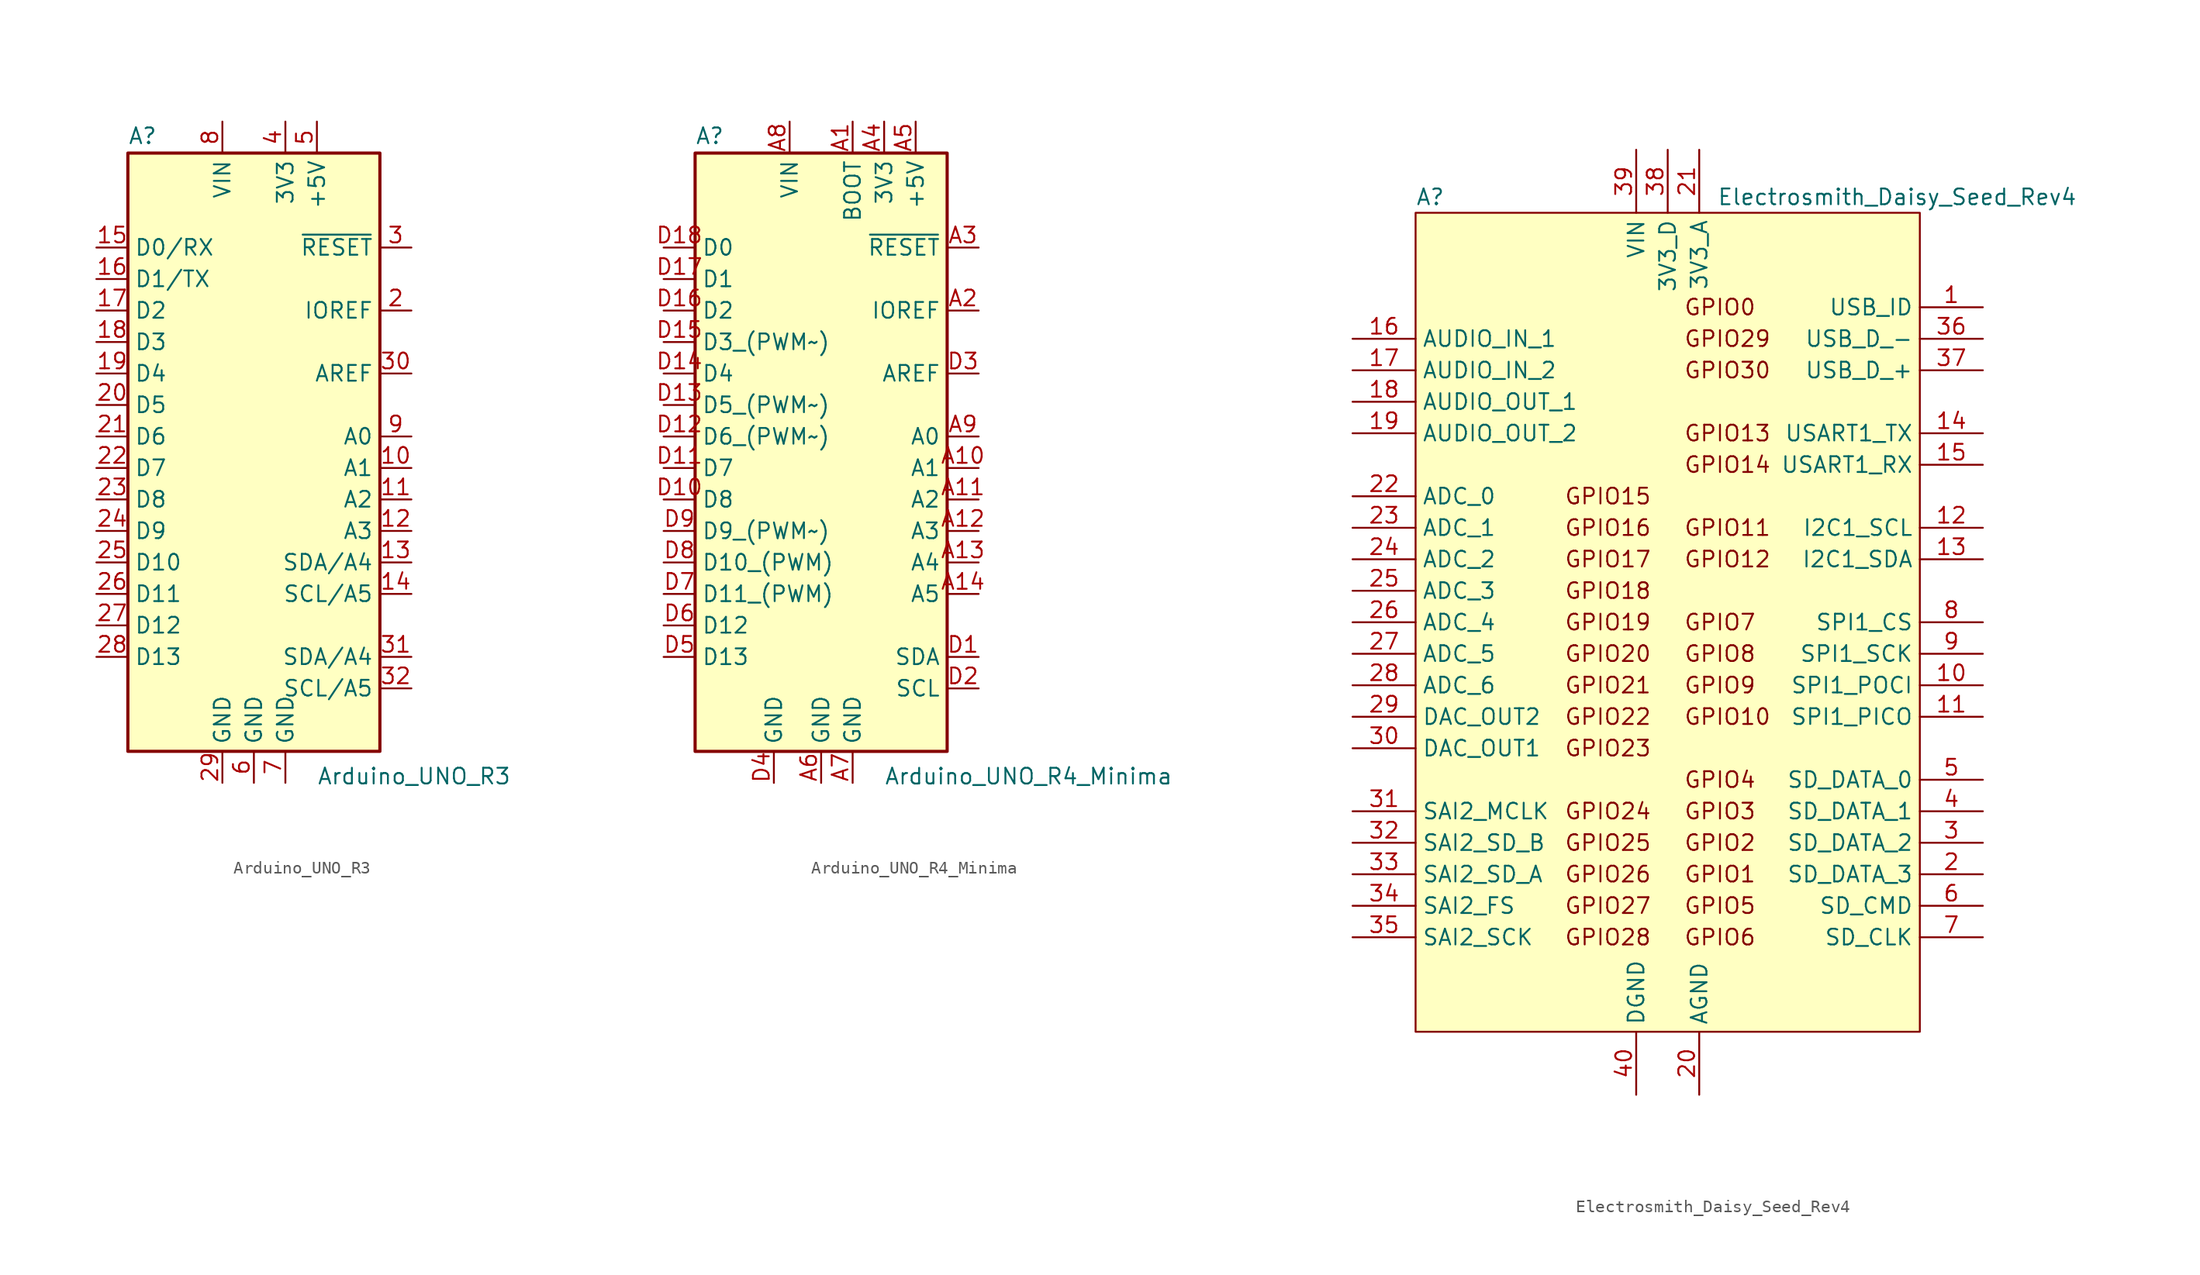
<source format=kicad_sym>
(kicad_symbol_lib
  (version 20231120)
  (generator "kicad_symbol_editor")
  (generator_version "8.0")
  (symbol "Arduino_UNO_R3"
    (property "Reference" "A"
      (at -10.16 23.495 0)
      (effects (font (size 1.27 1.27)) (justify left bottom)))
    (property "Value" "Arduino_UNO_R3"
      (at 5.08 -26.67 0)
      (effects (font (size 1.27 1.27)) (justify left top)))
    (symbol "Arduino_UNO_R3_0_1"
      (rectangle (start -10.16 22.86) (end 10.16 -25.4) (stroke (width 0.254) (type default)) (fill (type background))))
    (symbol "Arduino_UNO_R3_1_1"
      (pin no_connect line (at -10.16 -20.32 0) (length 2.54) hide (name "NC" (effects (font (size 1.27 1.27)))) (number "1" (effects (font (size 1.27 1.27)))))
      (pin bidirectional line (at 12.7 -2.54 180) (length 2.54) (name "A1" (effects (font (size 1.27 1.27)))) (number "10" (effects (font (size 1.27 1.27)))))
      (pin bidirectional line (at 12.7 -5.08 180) (length 2.54) (name "A2" (effects (font (size 1.27 1.27)))) (number "11" (effects (font (size 1.27 1.27)))))
      (pin bidirectional line (at 12.7 -7.62 180) (length 2.54) (name "A3" (effects (font (size 1.27 1.27)))) (number "12" (effects (font (size 1.27 1.27)))))
      (pin bidirectional line (at 12.7 -10.16 180) (length 2.54) (name "SDA/A4" (effects (font (size 1.27 1.27)))) (number "13" (effects (font (size 1.27 1.27)))))
      (pin bidirectional line (at 12.7 -12.7 180) (length 2.54) (name "SCL/A5" (effects (font (size 1.27 1.27)))) (number "14" (effects (font (size 1.27 1.27)))))
      (pin bidirectional line (at -12.7 15.24 0) (length 2.54) (name "D0/RX" (effects (font (size 1.27 1.27)))) (number "15" (effects (font (size 1.27 1.27)))))
      (pin bidirectional line (at -12.7 12.7 0) (length 2.54) (name "D1/TX" (effects (font (size 1.27 1.27)))) (number "16" (effects (font (size 1.27 1.27)))))
      (pin bidirectional line (at -12.7 10.16 0) (length 2.54) (name "D2" (effects (font (size 1.27 1.27)))) (number "17" (effects (font (size 1.27 1.27)))))
      (pin bidirectional line (at -12.7 7.62 0) (length 2.54) (name "D3" (effects (font (size 1.27 1.27)))) (number "18" (effects (font (size 1.27 1.27)))))
      (pin bidirectional line (at -12.7 5.08 0) (length 2.54) (name "D4" (effects (font (size 1.27 1.27)))) (number "19" (effects (font (size 1.27 1.27)))))
      (pin output line (at 12.7 10.16 180) (length 2.54) (name "IOREF" (effects (font (size 1.27 1.27)))) (number "2" (effects (font (size 1.27 1.27)))))
      (pin bidirectional line (at -12.7 2.54 0) (length 2.54) (name "D5" (effects (font (size 1.27 1.27)))) (number "20" (effects (font (size 1.27 1.27)))))
      (pin bidirectional line (at -12.7 0 0) (length 2.54) (name "D6" (effects (font (size 1.27 1.27)))) (number "21" (effects (font (size 1.27 1.27)))))
      (pin bidirectional line (at -12.7 -2.54 0) (length 2.54) (name "D7" (effects (font (size 1.27 1.27)))) (number "22" (effects (font (size 1.27 1.27)))))
      (pin bidirectional line (at -12.7 -5.08 0) (length 2.54) (name "D8" (effects (font (size 1.27 1.27)))) (number "23" (effects (font (size 1.27 1.27)))))
      (pin bidirectional line (at -12.7 -7.62 0) (length 2.54) (name "D9" (effects (font (size 1.27 1.27)))) (number "24" (effects (font (size 1.27 1.27)))))
      (pin bidirectional line (at -12.7 -10.16 0) (length 2.54) (name "D10" (effects (font (size 1.27 1.27)))) (number "25" (effects (font (size 1.27 1.27)))))
      (pin bidirectional line (at -12.7 -12.7 0) (length 2.54) (name "D11" (effects (font (size 1.27 1.27)))) (number "26" (effects (font (size 1.27 1.27)))))
      (pin bidirectional line (at -12.7 -15.24 0) (length 2.54) (name "D12" (effects (font (size 1.27 1.27)))) (number "27" (effects (font (size 1.27 1.27)))))
      (pin bidirectional line (at -12.7 -17.78 0) (length 2.54) (name "D13" (effects (font (size 1.27 1.27)))) (number "28" (effects (font (size 1.27 1.27)))))
      (pin power_in line (at -2.54 -27.94 90) (length 2.54) (name "GND" (effects (font (size 1.27 1.27)))) (number "29" (effects (font (size 1.27 1.27)))))
      (pin input line (at 12.7 15.24 180) (length 2.54) (name "~{RESET}" (effects (font (size 1.27 1.27)))) (number "3" (effects (font (size 1.27 1.27)))))
      (pin input line (at 12.7 5.08 180) (length 2.54) (name "AREF" (effects (font (size 1.27 1.27)))) (number "30" (effects (font (size 1.27 1.27)))))
      (pin bidirectional line (at 12.7 -17.78 180) (length 2.54) (name "SDA/A4" (effects (font (size 1.27 1.27)))) (number "31" (effects (font (size 1.27 1.27)))))
      (pin bidirectional line (at 12.7 -20.32 180) (length 2.54) (name "SCL/A5" (effects (font (size 1.27 1.27)))) (number "32" (effects (font (size 1.27 1.27)))))
      (pin power_out line (at 2.54 25.4 270) (length 2.54) (name "3V3" (effects (font (size 1.27 1.27)))) (number "4" (effects (font (size 1.27 1.27)))))
      (pin power_out line (at 5.08 25.4 270) (length 2.54) (name "+5V" (effects (font (size 1.27 1.27)))) (number "5" (effects (font (size 1.27 1.27)))))
      (pin power_in line (at 0 -27.94 90) (length 2.54) (name "GND" (effects (font (size 1.27 1.27)))) (number "6" (effects (font (size 1.27 1.27)))))
      (pin power_in line (at 2.54 -27.94 90) (length 2.54) (name "GND" (effects (font (size 1.27 1.27)))) (number "7" (effects (font (size 1.27 1.27)))))
      (pin power_in line (at -2.54 25.4 270) (length 2.54) (name "VIN" (effects (font (size 1.27 1.27)))) (number "8" (effects (font (size 1.27 1.27)))))
      (pin bidirectional line (at 12.7 0 180) (length 2.54) (name "A0" (effects (font (size 1.27 1.27)))) (number "9" (effects (font (size 1.27 1.27)))))))
  (symbol "Arduino_UNO_R4_Minima"
    (property "Reference" "A"
      (at -10.16 23.495 0)
      (effects (font (size 1.27 1.27)) (justify left bottom)))
    (property "Value" "Arduino_UNO_R4_Minima"
      (at 5.08 -26.67 0)
      (effects (font (size 1.27 1.27)) (justify left top)))
    (symbol "Arduino_UNO_R4_Minima_0_1"
      (rectangle (start -10.16 22.86) (end 10.16 -25.4) (stroke (width 0.254) (type default)) (fill (type background))))
    (symbol "Arduino_UNO_R4_Minima_1_1"
      (pin no_connect line (at -10.16 -20.32 0) (length 2.54) hide (name "NC" (effects (font (size 1.27 1.27)))) (number "1" (effects (font (size 1.27 1.27)))))
      (pin input line (at 2.54 25.4 270) (length 2.54) (name "BOOT" (effects (font (size 1.27 1.27)))) (number "A1" (effects (font (size 1.27 1.27)))))
      (pin input line (at 12.7 -2.54 180) (length 2.54) (name "A1" (effects (font (size 1.27 1.27)))) (number "A10" (effects (font (size 1.27 1.27)))) (alternate "OPAMP+" bidirectional line))
      (pin input line (at 12.7 -5.08 180) (length 2.54) (name "A2" (effects (font (size 1.27 1.27)))) (number "A11" (effects (font (size 1.27 1.27)))) (alternate "OPAMP-" bidirectional line))
      (pin input line (at 12.7 -7.62 180) (length 2.54) (name "A3" (effects (font (size 1.27 1.27)))) (number "A12" (effects (font (size 1.27 1.27)))) (alternate "OPAMPOut" bidirectional line))
      (pin input line (at 12.7 -10.16 180) (length 2.54) (name "A4" (effects (font (size 1.27 1.27)))) (number "A13" (effects (font (size 1.27 1.27)))) (alternate "I²C SDA" bidirectional line))
      (pin input line (at 12.7 -12.7 180) (length 2.54) (name "A5" (effects (font (size 1.27 1.27)))) (number "A14" (effects (font (size 1.27 1.27)))) (alternate "I²C SCL" bidirectional line))
      (pin output line (at 12.7 10.16 180) (length 2.54) (name "IOREF" (effects (font (size 1.27 1.27)))) (number "A2" (effects (font (size 1.27 1.27)))))
      (pin input line (at 12.7 15.24 180) (length 2.54) (name "~{RESET}" (effects (font (size 1.27 1.27)))) (number "A3" (effects (font (size 1.27 1.27)))))
      (pin power_out line (at 5.08 25.4 270) (length 2.54) (name "3V3" (effects (font (size 1.27 1.27)))) (number "A4" (effects (font (size 1.27 1.27)))))
      (pin power_out line (at 7.62 25.4 270) (length 2.54) (name "+5V" (effects (font (size 1.27 1.27)))) (number "A5" (effects (font (size 1.27 1.27)))))
      (pin bidirectional line (at 0 -27.94 90) (length 2.54) (name "GND" (effects (font (size 1.27 1.27)))) (number "A6" (effects (font (size 1.27 1.27)))))
      (pin bidirectional line (at 2.54 -27.94 90) (length 2.54) (name "GND" (effects (font (size 1.27 1.27)))) (number "A7" (effects (font (size 1.27 1.27)))))
      (pin power_in line (at -2.54 25.4 270) (length 2.54) (name "VIN" (effects (font (size 1.27 1.27)))) (number "A8" (effects (font (size 1.27 1.27)))))
      (pin input line (at 12.7 0 180) (length 2.54) (name "A0" (effects (font (size 1.27 1.27)))) (number "A9" (effects (font (size 1.27 1.27)))) (alternate "DAC" input line))
      (pin bidirectional line (at 12.7 -17.78 180) (length 2.54) (name "SDA" (effects (font (size 1.27 1.27)))) (number "D1" (effects (font (size 1.27 1.27)))))
      (pin bidirectional line (at -12.7 -5.08 0) (length 2.54) (name "D8" (effects (font (size 1.27 1.27)))) (number "D10" (effects (font (size 1.27 1.27)))))
      (pin bidirectional line (at -12.7 -2.54 0) (length 2.54) (name "D7" (effects (font (size 1.27 1.27)))) (number "D11" (effects (font (size 1.27 1.27)))))
      (pin bidirectional line (at -12.7 0 0) (length 2.54) (name "D6_(PWM~)" (effects (font (size 1.27 1.27)))) (number "D12" (effects (font (size 1.27 1.27)))))
      (pin bidirectional line (at -12.7 2.54 0) (length 2.54) (name "D5_(PWM~)" (effects (font (size 1.27 1.27)))) (number "D13" (effects (font (size 1.27 1.27)))) (alternate "CANRX0" bidirectional line))
      (pin bidirectional line (at -12.7 5.08 0) (length 2.54) (name "D4" (effects (font (size 1.27 1.27)))) (number "D14" (effects (font (size 1.27 1.27)))) (alternate "CANTX0" bidirectional line))
      (pin bidirectional line (at -12.7 7.62 0) (length 2.54) (name "D3_(PWM~)" (effects (font (size 1.27 1.27)))) (number "D15" (effects (font (size 1.27 1.27)))) (alternate "Interrupt Pin" bidirectional line))
      (pin bidirectional line (at -12.7 10.16 0) (length 2.54) (name "D2" (effects (font (size 1.27 1.27)))) (number "D16" (effects (font (size 1.27 1.27)))) (alternate "Interrupt Pin" bidirectional line))
      (pin bidirectional line (at -12.7 12.7 0) (length 2.54) (name "D1" (effects (font (size 1.27 1.27)))) (number "D17" (effects (font (size 1.27 1.27)))) (alternate "TX0" bidirectional line))
      (pin bidirectional line (at -12.7 15.24 0) (length 2.54) (name "D0" (effects (font (size 1.27 1.27)))) (number "D18" (effects (font (size 1.27 1.27)))) (alternate "RX0" bidirectional line))
      (pin bidirectional line (at 12.7 -20.32 180) (length 2.54) (name "SCL" (effects (font (size 1.27 1.27)))) (number "D2" (effects (font (size 1.27 1.27)))))
      (pin input line (at 12.7 5.08 180) (length 2.54) (name "AREF" (effects (font (size 1.27 1.27)))) (number "D3" (effects (font (size 1.27 1.27)))))
      (pin power_in line (at -3.81 -27.94 90) (length 2.54) (name "GND" (effects (font (size 1.27 1.27)))) (number "D4" (effects (font (size 1.27 1.27)))))
      (pin bidirectional line (at -12.7 -17.78 0) (length 2.54) (name "D13" (effects (font (size 1.27 1.27)))) (number "D5" (effects (font (size 1.27 1.27)))) (alternate "SCK" bidirectional line))
      (pin bidirectional line (at -12.7 -15.24 0) (length 2.54) (name "D12" (effects (font (size 1.27 1.27)))) (number "D6" (effects (font (size 1.27 1.27)))) (alternate "CIPO" bidirectional line))
      (pin bidirectional line (at -12.7 -12.7 0) (length 2.54) (name "D11_(PWM)" (effects (font (size 1.27 1.27)))) (number "D7" (effects (font (size 1.27 1.27)))) (alternate "COPI" bidirectional line))
      (pin bidirectional line (at -12.7 -10.16 0) (length 2.54) (name "D10_(PWM)" (effects (font (size 1.27 1.27)))) (number "D8" (effects (font (size 1.27 1.27)))) (alternate "CS" bidirectional line))
      (pin bidirectional line (at -12.7 -7.62 0) (length 2.54) (name "D9_(PWM~)" (effects (font (size 1.27 1.27)))) (number "D9" (effects (font (size 1.27 1.27)))))))
  (symbol "Electrosmith_Daisy_Seed_Rev4"
    (property "Reference" "A"
      (at -20.32 34.29 0)
      (effects (font (size 1.27 1.27)) (justify left)))
    (property "Value" "Electrosmith_Daisy_Seed_Rev4"
      (at 33.02 34.29 0)
      (effects (font (size 1.27 1.27)) (justify right)))
    (symbol "Electrosmith_Daisy_Seed_Rev4_0_0"
      (text "GPIO0" (at 1.27 25.4 0) (effects (font (size 1.27 1.27)) (justify left)))
      (text "GPIO1" (at 1.27 -20.32 0) (effects (font (size 1.27 1.27)) (justify left)))
      (text "GPIO10" (at 1.27 -7.62 0) (effects (font (size 1.27 1.27)) (justify left)))
      (text "GPIO11" (at 1.27 7.62 0) (effects (font (size 1.27 1.27)) (justify left)))
      (text "GPIO12" (at 1.27 5.08 0) (effects (font (size 1.27 1.27)) (justify left)))
      (text "GPIO13" (at 1.27 15.24 0) (effects (font (size 1.27 1.27)) (justify left)))
      (text "GPIO14" (at 1.27 12.7 0) (effects (font (size 1.27 1.27)) (justify left)))
      (text "GPIO15" (at -1.27 10.16 0) (effects (font (size 1.27 1.27)) (justify right)))
      (text "GPIO16" (at -1.27 7.62 0) (effects (font (size 1.27 1.27)) (justify right)))
      (text "GPIO17" (at -1.27 5.08 0) (effects (font (size 1.27 1.27)) (justify right)))
      (text "GPIO18" (at -1.27 2.54 0) (effects (font (size 1.27 1.27)) (justify right)))
      (text "GPIO19" (at -1.27 0 0) (effects (font (size 1.27 1.27)) (justify right)))
      (text "GPIO2" (at 1.27 -17.78 0) (effects (font (size 1.27 1.27)) (justify left)))
      (text "GPIO20" (at -1.27 -2.54 0) (effects (font (size 1.27 1.27)) (justify right)))
      (text "GPIO21" (at -1.27 -5.08 0) (effects (font (size 1.27 1.27)) (justify right)))
      (text "GPIO22" (at -1.27 -7.62 0) (effects (font (size 1.27 1.27)) (justify right)))
      (text "GPIO23" (at -1.27 -10.16 0) (effects (font (size 1.27 1.27)) (justify right)))
      (text "GPIO24" (at -1.27 -15.24 0) (effects (font (size 1.27 1.27)) (justify right)))
      (text "GPIO25" (at -1.27 -17.78 0) (effects (font (size 1.27 1.27)) (justify right)))
      (text "GPIO26" (at -1.27 -20.32 0) (effects (font (size 1.27 1.27)) (justify right)))
      (text "GPIO27" (at -1.27 -22.86 0) (effects (font (size 1.27 1.27)) (justify right)))
      (text "GPIO28" (at -1.27 -25.4 0) (effects (font (size 1.27 1.27)) (justify right)))
      (text "GPIO29" (at 1.27 22.86 0) (effects (font (size 1.27 1.27)) (justify left)))
      (text "GPIO3" (at 1.27 -15.24 0) (effects (font (size 1.27 1.27)) (justify left)))
      (text "GPIO30" (at 1.27 20.32 0) (effects (font (size 1.27 1.27)) (justify left)))
      (text "GPIO4" (at 1.27 -12.7 0) (effects (font (size 1.27 1.27)) (justify left)))
      (text "GPIO5" (at 1.27 -22.86 0) (effects (font (size 1.27 1.27)) (justify left)))
      (text "GPIO6" (at 1.27 -25.4 0) (effects (font (size 1.27 1.27)) (justify left)))
      (text "GPIO7" (at 1.27 0 0) (effects (font (size 1.27 1.27)) (justify left)))
      (text "GPIO8" (at 1.27 -2.54 0) (effects (font (size 1.27 1.27)) (justify left)))
      (text "GPIO9" (at 1.27 -5.08 0) (effects (font (size 1.27 1.27)) (justify left)))
      (pin bidirectional line (at 25.4 25.4 180) (length 5.08) (name "USB_ID" (effects (font (size 1.27 1.27)))) (number "1" (effects (font (size 1.27 1.27)))))
      (pin bidirectional line (at 25.4 -5.08 180) (length 5.08) (name "SPI1_POCI" (effects (font (size 1.27 1.27)))) (number "10" (effects (font (size 1.27 1.27)))))
      (pin bidirectional line (at 25.4 -7.62 180) (length 5.08) (name "SPI1_PICO" (effects (font (size 1.27 1.27)))) (number "11" (effects (font (size 1.27 1.27)))))
      (pin bidirectional line (at 25.4 7.62 180) (length 5.08) (name "I2C1_SCL" (effects (font (size 1.27 1.27)))) (number "12" (effects (font (size 1.27 1.27)))))
      (pin bidirectional line (at 25.4 5.08 180) (length 5.08) (name "I2C1_SDA" (effects (font (size 1.27 1.27)))) (number "13" (effects (font (size 1.27 1.27)))))
      (pin bidirectional line (at 25.4 15.24 180) (length 5.08) (name "USART1_TX" (effects (font (size 1.27 1.27)))) (number "14" (effects (font (size 1.27 1.27)))))
      (pin bidirectional line (at 25.4 12.7 180) (length 5.08) (name "USART1_RX" (effects (font (size 1.27 1.27)))) (number "15" (effects (font (size 1.27 1.27)))))
      (pin input line (at -25.4 22.86 0) (length 5.08) (name "AUDIO_IN_1" (effects (font (size 1.27 1.27)))) (number "16" (effects (font (size 1.27 1.27)))))
      (pin input line (at -25.4 20.32 0) (length 5.08) (name "AUDIO_IN_2" (effects (font (size 1.27 1.27)))) (number "17" (effects (font (size 1.27 1.27)))))
      (pin output line (at -25.4 17.78 0) (length 5.08) (name "AUDIO_OUT_1" (effects (font (size 1.27 1.27)))) (number "18" (effects (font (size 1.27 1.27)))))
      (pin output line (at -25.4 15.24 0) (length 5.08) (name "AUDIO_OUT_2" (effects (font (size 1.27 1.27)))) (number "19" (effects (font (size 1.27 1.27)))))
      (pin bidirectional line (at 25.4 -20.32 180) (length 5.08) (name "SD_DATA_3" (effects (font (size 1.27 1.27)))) (number "2" (effects (font (size 1.27 1.27)))))
      (pin power_in line (at 2.54 -38.1 90) (length 5.08) (name "AGND" (effects (font (size 1.27 1.27)))) (number "20" (effects (font (size 1.27 1.27)))))
      (pin power_out line (at 2.54 38.1 270) (length 5.08) (name "3V3_A" (effects (font (size 1.27 1.27)))) (number "21" (effects (font (size 1.27 1.27)))))
      (pin bidirectional line (at -25.4 10.16 0) (length 5.08) (name "ADC_0" (effects (font (size 1.27 1.27)))) (number "22" (effects (font (size 1.27 1.27)))))
      (pin bidirectional line (at -25.4 7.62 0) (length 5.08) (name "ADC_1" (effects (font (size 1.27 1.27)))) (number "23" (effects (font (size 1.27 1.27)))))
      (pin bidirectional line (at -25.4 5.08 0) (length 5.08) (name "ADC_2" (effects (font (size 1.27 1.27)))) (number "24" (effects (font (size 1.27 1.27)))))
      (pin bidirectional line (at -25.4 2.54 0) (length 5.08) (name "ADC_3" (effects (font (size 1.27 1.27)))) (number "25" (effects (font (size 1.27 1.27)))))
      (pin bidirectional line (at -25.4 0 0) (length 5.08) (name "ADC_4" (effects (font (size 1.27 1.27)))) (number "26" (effects (font (size 1.27 1.27)))))
      (pin bidirectional line (at -25.4 -2.54 0) (length 5.08) (name "ADC_5" (effects (font (size 1.27 1.27)))) (number "27" (effects (font (size 1.27 1.27)))))
      (pin bidirectional line (at -25.4 -5.08 0) (length 5.08) (name "ADC_6" (effects (font (size 1.27 1.27)))) (number "28" (effects (font (size 1.27 1.27)))))
      (pin bidirectional line (at -25.4 -7.62 0) (length 5.08) (name "DAC_OUT2" (effects (font (size 1.27 1.27)))) (number "29" (effects (font (size 1.27 1.27)))))
      (pin bidirectional line (at 25.4 -17.78 180) (length 5.08) (name "SD_DATA_2" (effects (font (size 1.27 1.27)))) (number "3" (effects (font (size 1.27 1.27)))))
      (pin bidirectional line (at -25.4 -10.16 0) (length 5.08) (name "DAC_OUT1" (effects (font (size 1.27 1.27)))) (number "30" (effects (font (size 1.27 1.27)))))
      (pin bidirectional line (at -25.4 -15.24 0) (length 5.08) (name "SAI2_MCLK" (effects (font (size 1.27 1.27)))) (number "31" (effects (font (size 1.27 1.27)))))
      (pin bidirectional line (at -25.4 -17.78 0) (length 5.08) (name "SAI2_SD_B" (effects (font (size 1.27 1.27)))) (number "32" (effects (font (size 1.27 1.27)))))
      (pin bidirectional line (at -25.4 -20.32 0) (length 5.08) (name "SAI2_SD_A" (effects (font (size 1.27 1.27)))) (number "33" (effects (font (size 1.27 1.27)))))
      (pin bidirectional line (at -25.4 -22.86 0) (length 5.08) (name "SAI2_FS" (effects (font (size 1.27 1.27)))) (number "34" (effects (font (size 1.27 1.27)))))
      (pin bidirectional line (at -25.4 -25.4 0) (length 5.08) (name "SAI2_SCK" (effects (font (size 1.27 1.27)))) (number "35" (effects (font (size 1.27 1.27)))))
      (pin bidirectional line (at 25.4 22.86 180) (length 5.08) (name "USB_D_-" (effects (font (size 1.27 1.27)))) (number "36" (effects (font (size 1.27 1.27)))))
      (pin bidirectional line (at 25.4 20.32 180) (length 5.08) (name "USB_D_+" (effects (font (size 1.27 1.27)))) (number "37" (effects (font (size 1.27 1.27)))))
      (pin power_out line (at 0 38.1 270) (length 5.08) (name "3V3_D" (effects (font (size 1.27 1.27)))) (number "38" (effects (font (size 1.27 1.27)))))
      (pin power_in line (at -2.54 38.1 270) (length 5.08) (name "VIN" (effects (font (size 1.27 1.27)))) (number "39" (effects (font (size 1.27 1.27)))))
      (pin bidirectional line (at 25.4 -15.24 180) (length 5.08) (name "SD_DATA_1" (effects (font (size 1.27 1.27)))) (number "4" (effects (font (size 1.27 1.27)))))
      (pin power_in line (at -2.54 -38.1 90) (length 5.08) (name "DGND" (effects (font (size 1.27 1.27)))) (number "40" (effects (font (size 1.27 1.27)))))
      (pin bidirectional line (at 25.4 -12.7 180) (length 5.08) (name "SD_DATA_0" (effects (font (size 1.27 1.27)))) (number "5" (effects (font (size 1.27 1.27)))))
      (pin bidirectional line (at 25.4 -22.86 180) (length 5.08) (name "SD_CMD" (effects (font (size 1.27 1.27)))) (number "6" (effects (font (size 1.27 1.27)))))
      (pin bidirectional line (at 25.4 -25.4 180) (length 5.08) (name "SD_CLK" (effects (font (size 1.27 1.27)))) (number "7" (effects (font (size 1.27 1.27)))))
      (pin bidirectional line (at 25.4 0 180) (length 5.08) (name "SPI1_CS" (effects (font (size 1.27 1.27)))) (number "8" (effects (font (size 1.27 1.27)))))
      (pin bidirectional line (at 25.4 -2.54 180) (length 5.08) (name "SPI1_SCK" (effects (font (size 1.27 1.27)))) (number "9" (effects (font (size 1.27 1.27))))))
    (symbol "Electrosmith_Daisy_Seed_Rev4_0_1"
      (rectangle (start -20.32 33.02) (end 20.32 -33.02) (stroke (width 0) (type default)) (fill (type background))))))
</source>
